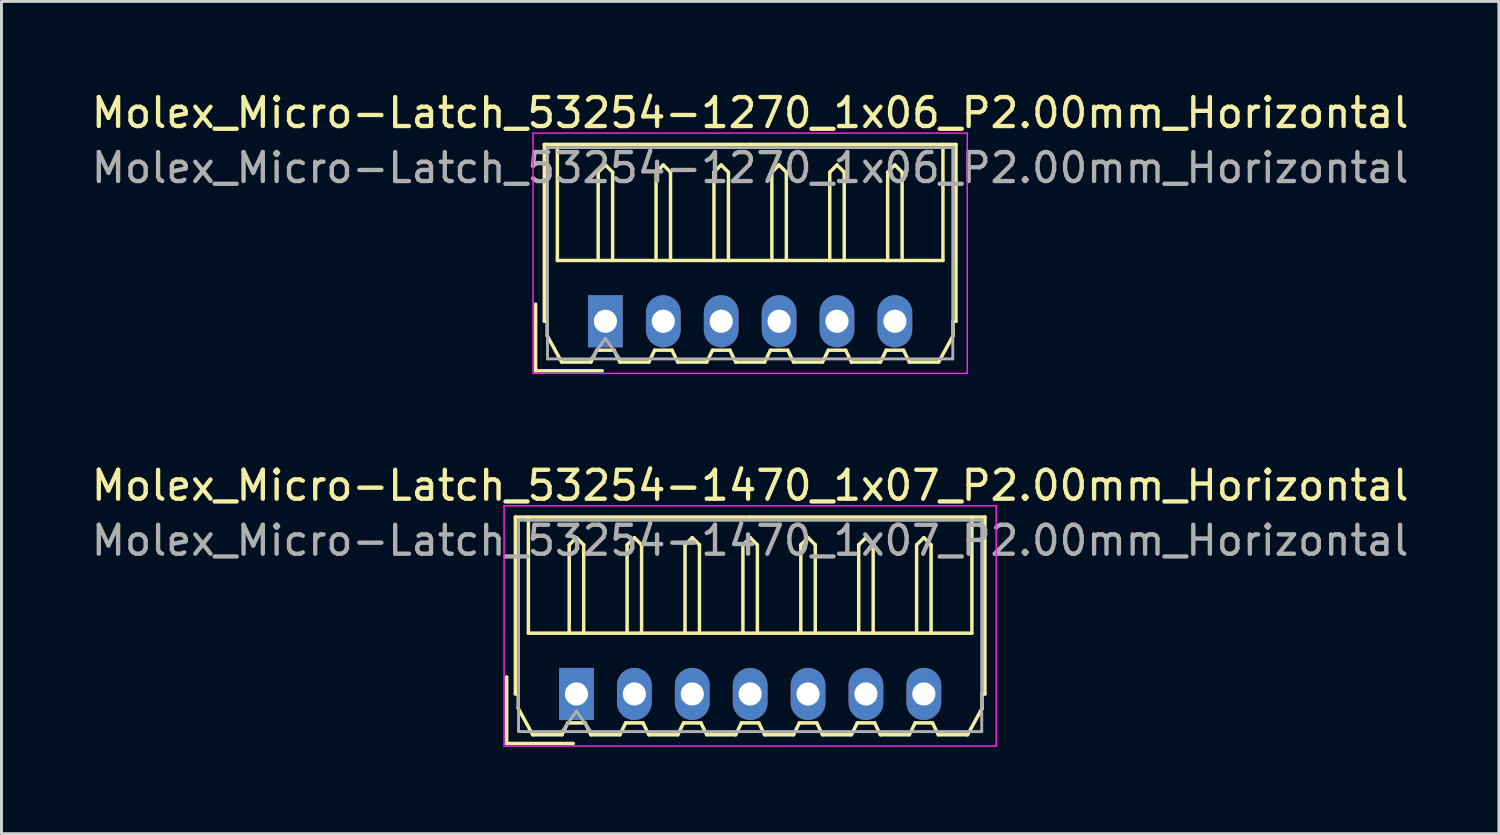
<source format=kicad_pcb>
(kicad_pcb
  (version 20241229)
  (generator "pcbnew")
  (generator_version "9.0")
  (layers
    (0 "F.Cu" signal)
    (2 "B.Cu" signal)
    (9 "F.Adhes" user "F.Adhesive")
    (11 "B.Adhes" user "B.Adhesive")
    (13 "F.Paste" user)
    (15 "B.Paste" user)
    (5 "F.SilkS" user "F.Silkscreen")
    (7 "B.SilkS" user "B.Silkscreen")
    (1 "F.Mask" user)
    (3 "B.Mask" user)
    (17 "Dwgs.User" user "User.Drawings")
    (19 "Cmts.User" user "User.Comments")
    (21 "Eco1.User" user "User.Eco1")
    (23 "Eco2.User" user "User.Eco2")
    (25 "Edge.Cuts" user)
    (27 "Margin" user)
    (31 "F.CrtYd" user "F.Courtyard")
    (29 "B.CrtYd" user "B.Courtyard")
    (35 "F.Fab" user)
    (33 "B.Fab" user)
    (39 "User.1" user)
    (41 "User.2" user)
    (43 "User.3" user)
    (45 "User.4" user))
  (footprint "Molex_Micro-Latch_53254-1270_1x06_P2.00mm_Horizontal"
    (layer "F.Cu")
    (at 17.863 8.048)
    (property "Reference" "Molex_Micro-Latch_53254-1270_1x06_P2.00mm_Horizontal" (at 5 -7.2 0) (layer "F.SilkS") (effects (font (size 1 1) (thickness 0.15))))
    (attr through_hole)
    (fp_line (start -2.41 1.71) (end -2.41 -0.59) (stroke (width 0.12) (type solid)) (layer "F.SilkS"))
    (fp_line (start -2.11 -6.11) (end 5 -6.11) (stroke (width 0.12) (type solid)) (layer "F.SilkS"))
    (fp_line (start -2.11 0) (end -2.11 -6.11) (stroke (width 0.12) (type solid)) (layer "F.SilkS"))
    (fp_line (start -2.01 0) (end -2.11 0) (stroke (width 0.12) (type solid)) (layer "F.SilkS"))
    (fp_line (start -2.01 0.5) (end -2.01 0) (stroke (width 0.12) (type solid)) (layer "F.SilkS"))
    (fp_line (start -1.66 -6.11) (end -1.66 -2.1) (stroke (width 0.12) (type solid)) (layer "F.SilkS"))
    (fp_line (start -1.66 -2.1) (end 11.66 -2.1) (stroke (width 0.12) (type solid)) (layer "F.SilkS"))
    (fp_line (start -1.51 1.41) (end -2.01 0.5) (stroke (width 0.12) (type solid)) (layer "F.SilkS"))
    (fp_line (start -0.5 1.41) (end -1.51 1.41) (stroke (width 0.12) (type solid)) (layer "F.SilkS"))
    (fp_line (start -0.3 1) (end -0.5 1.41) (stroke (width 0.12) (type solid)) (layer "F.SilkS"))
    (fp_line (start -0.3 1) (end 0.3 1) (stroke (width 0.12) (type solid)) (layer "F.SilkS"))
    (fp_line (start -0.25 -5.15) (end 0 -5.4) (stroke (width 0.12) (type solid)) (layer "F.SilkS"))
    (fp_line (start -0.25 -2.1) (end -0.25 -5.15) (stroke (width 0.12) (type solid)) (layer "F.SilkS"))
    (fp_line (start -0.11 1.71) (end -2.41 1.71) (stroke (width 0.12) (type solid)) (layer "F.SilkS"))
    (fp_line (start 0 -5.4) (end 0.25 -5.15) (stroke (width 0.12) (type solid)) (layer "F.SilkS"))
    (fp_line (start 0.25 -5.15) (end 0.25 -2.1) (stroke (width 0.12) (type solid)) (layer "F.SilkS"))
    (fp_line (start 0.3 1) (end 0.5 1.41) (stroke (width 0.12) (type solid)) (layer "F.SilkS"))
    (fp_line (start 0.5 1.41) (end 1.5 1.41) (stroke (width 0.12) (type solid)) (layer "F.SilkS"))
    (fp_line (start 1.5 1.41) (end 1.7 1) (stroke (width 0.12) (type solid)) (layer "F.SilkS"))
    (fp_line (start 1.7 1) (end 2.3 1) (stroke (width 0.12) (type solid)) (layer "F.SilkS"))
    (fp_line (start 1.75 -5.15) (end 2 -5.4) (stroke (width 0.12) (type solid)) (layer "F.SilkS"))
    (fp_line (start 1.75 -2.1) (end 1.75 -5.15) (stroke (width 0.12) (type solid)) (layer "F.SilkS"))
    (fp_line (start 2 -5.4) (end 2.25 -5.15) (stroke (width 0.12) (type solid)) (layer "F.SilkS"))
    (fp_line (start 2.25 -5.15) (end 2.25 -2.1) (stroke (width 0.12) (type solid)) (layer "F.SilkS"))
    (fp_line (start 2.3 1) (end 2.5 1.41) (stroke (width 0.12) (type solid)) (layer "F.SilkS"))
    (fp_line (start 2.5 1.41) (end 3.5 1.41) (stroke (width 0.12) (type solid)) (layer "F.SilkS"))
    (fp_line (start 3.5 1.41) (end 3.7 1) (stroke (width 0.12) (type solid)) (layer "F.SilkS"))
    (fp_line (start 3.7 1) (end 4.3 1) (stroke (width 0.12) (type solid)) (layer "F.SilkS"))
    (fp_line (start 3.75 -5.15) (end 4 -5.4) (stroke (width 0.12) (type solid)) (layer "F.SilkS"))
    (fp_line (start 3.75 -2.1) (end 3.75 -5.15) (stroke (width 0.12) (type solid)) (layer "F.SilkS"))
    (fp_line (start 4 -5.4) (end 4.25 -5.15) (stroke (width 0.12) (type solid)) (layer "F.SilkS"))
    (fp_line (start 4.25 -5.15) (end 4.25 -2.1) (stroke (width 0.12) (type solid)) (layer "F.SilkS"))
    (fp_line (start 4.3 1) (end 4.5 1.41) (stroke (width 0.12) (type solid)) (layer "F.SilkS"))
    (fp_line (start 4.5 1.41) (end 5.5 1.41) (stroke (width 0.12) (type solid)) (layer "F.SilkS"))
    (fp_line (start 5.5 1.41) (end 5.7 1) (stroke (width 0.12) (type solid)) (layer "F.SilkS"))
    (fp_line (start 5.7 1) (end 6.3 1) (stroke (width 0.12) (type solid)) (layer "F.SilkS"))
    (fp_line (start 5.75 -5.15) (end 6 -5.4) (stroke (width 0.12) (type solid)) (layer "F.SilkS"))
    (fp_line (start 5.75 -2.1) (end 5.75 -5.15) (stroke (width 0.12) (type solid)) (layer "F.SilkS"))
    (fp_line (start 6 -5.4) (end 6.25 -5.15) (stroke (width 0.12) (type solid)) (layer "F.SilkS"))
    (fp_line (start 6.25 -5.15) (end 6.25 -2.1) (stroke (width 0.12) (type solid)) (layer "F.SilkS"))
    (fp_line (start 6.3 1) (end 6.5 1.41) (stroke (width 0.12) (type solid)) (layer "F.SilkS"))
    (fp_line (start 6.5 1.41) (end 7.5 1.41) (stroke (width 0.12) (type solid)) (layer "F.SilkS"))
    (fp_line (start 7.5 1.41) (end 7.7 1) (stroke (width 0.12) (type solid)) (layer "F.SilkS"))
    (fp_line (start 7.7 1) (end 8.3 1) (stroke (width 0.12) (type solid)) (layer "F.SilkS"))
    (fp_line (start 7.75 -5.15) (end 8 -5.4) (stroke (width 0.12) (type solid)) (layer "F.SilkS"))
    (fp_line (start 7.75 -2.1) (end 7.75 -5.15) (stroke (width 0.12) (type solid)) (layer "F.SilkS"))
    (fp_line (start 8 -5.4) (end 8.25 -5.15) (stroke (width 0.12) (type solid)) (layer "F.SilkS"))
    (fp_line (start 8.25 -5.15) (end 8.25 -2.1) (stroke (width 0.12) (type solid)) (layer "F.SilkS"))
    (fp_line (start 8.3 1) (end 8.5 1.41) (stroke (width 0.12) (type solid)) (layer "F.SilkS"))
    (fp_line (start 8.5 1.41) (end 9.5 1.41) (stroke (width 0.12) (type solid)) (layer "F.SilkS"))
    (fp_line (start 9.5 1.41) (end 9.7 1) (stroke (width 0.12) (type solid)) (layer "F.SilkS"))
    (fp_line (start 9.7 1) (end 10.3 1) (stroke (width 0.12) (type solid)) (layer "F.SilkS"))
    (fp_line (start 9.75 -5.15) (end 10 -5.4) (stroke (width 0.12) (type solid)) (layer "F.SilkS"))
    (fp_line (start 9.75 -2.1) (end 9.75 -5.15) (stroke (width 0.12) (type solid)) (layer "F.SilkS"))
    (fp_line (start 10 -5.4) (end 10.25 -5.15) (stroke (width 0.12) (type solid)) (layer "F.SilkS"))
    (fp_line (start 10.25 -5.15) (end 10.25 -2.1) (stroke (width 0.12) (type solid)) (layer "F.SilkS"))
    (fp_line (start 10.3 1) (end 10.5 1.41) (stroke (width 0.12) (type solid)) (layer "F.SilkS"))
    (fp_line (start 10.5 1.41) (end 11.51 1.41) (stroke (width 0.12) (type solid)) (layer "F.SilkS"))
    (fp_line (start 11.51 1.41) (end 12.01 0.5) (stroke (width 0.12) (type solid)) (layer "F.SilkS"))
    (fp_line (start 11.66 -2.1) (end 11.66 -6.11) (stroke (width 0.12) (type solid)) (layer "F.SilkS"))
    (fp_line (start 12.01 0) (end 12.11 0) (stroke (width 0.12) (type solid)) (layer "F.SilkS"))
    (fp_line (start 12.01 0.5) (end 12.01 0) (stroke (width 0.12) (type solid)) (layer "F.SilkS"))
    (fp_line (start 12.11 -6.11) (end 5 -6.11) (stroke (width 0.12) (type solid)) (layer "F.SilkS"))
    (fp_line (start 12.11 0) (end 12.11 -6.11) (stroke (width 0.12) (type solid)) (layer "F.SilkS"))
    (fp_line (start -2.5 -6.5) (end -2.5 1.8) (stroke (width 0.05) (type solid)) (layer "F.CrtYd"))
    (fp_line (start -2.5 1.8) (end 12.5 1.8) (stroke (width 0.05) (type solid)) (layer "F.CrtYd"))
    (fp_line (start 12.5 -6.5) (end -2.5 -6.5) (stroke (width 0.05) (type solid)) (layer "F.CrtYd"))
    (fp_line (start 12.5 1.8) (end 12.5 -6.5) (stroke (width 0.05) (type solid)) (layer "F.CrtYd"))
    (fp_line (start -2 -6) (end -2 1.3) (stroke (width 0.1) (type solid)) (layer "F.Fab"))
    (fp_line (start -2 1.3) (end 12 1.3) (stroke (width 0.1) (type solid)) (layer "F.Fab"))
    (fp_line (start -0.5 1.3) (end 0 0.593) (stroke (width 0.1) (type solid)) (layer "F.Fab"))
    (fp_line (start 0 0.593) (end 0.5 1.3) (stroke (width 0.1) (type solid)) (layer "F.Fab"))
    (fp_line (start 12 -6) (end -2 -6) (stroke (width 0.1) (type solid)) (layer "F.Fab"))
    (fp_line (start 12 1.3) (end 12 -6) (stroke (width 0.1) (type solid)) (layer "F.Fab"))
    (fp_text user "${REFERENCE}" (at 5 -5.3 0) (layer "F.Fab") (effects (font (size 1 1) (thickness 0.15))))
    (pad "1" thru_hole rect (at 0 0) (size 1.2 1.8) (drill 0.8) (layers "*.Cu" "*.Mask"))
    (pad "2" thru_hole oval (at 2 0) (size 1.2 1.8) (drill 0.8) (layers "*.Cu" "*.Mask"))
    (pad "3" thru_hole oval (at 4 0) (size 1.2 1.8) (drill 0.8) (layers "*.Cu" "*.Mask"))
    (pad "4" thru_hole oval (at 6 0) (size 1.2 1.8) (drill 0.8) (layers "*.Cu" "*.Mask"))
    (pad "5" thru_hole oval (at 8 0) (size 1.2 1.8) (drill 0.8) (layers "*.Cu" "*.Mask"))
    (pad "6" thru_hole oval (at 10 0) (size 1.2 1.8) (drill 0.8) (layers "*.Cu" "*.Mask")))
  (footprint "Molex_Micro-Latch_53254-1470_1x07_P2.00mm_Horizontal"
    (layer "F.Cu")
    (at 16.863 20.922)
    (property "Reference" "Molex_Micro-Latch_53254-1470_1x07_P2.00mm_Horizontal" (at 6 -7.2 0) (layer "F.SilkS") (effects (font (size 1 1) (thickness 0.15))))
    (attr through_hole)
    (fp_line (start -2.41 1.71) (end -2.41 -0.59) (stroke (width 0.12) (type solid)) (layer "F.SilkS"))
    (fp_line (start -2.11 -6.11) (end 6 -6.11) (stroke (width 0.12) (type solid)) (layer "F.SilkS"))
    (fp_line (start -2.11 0) (end -2.11 -6.11) (stroke (width 0.12) (type solid)) (layer "F.SilkS"))
    (fp_line (start -2.01 0) (end -2.11 0) (stroke (width 0.12) (type solid)) (layer "F.SilkS"))
    (fp_line (start -2.01 0.5) (end -2.01 0) (stroke (width 0.12) (type solid)) (layer "F.SilkS"))
    (fp_line (start -1.66 -6.11) (end -1.66 -2.1) (stroke (width 0.12) (type solid)) (layer "F.SilkS"))
    (fp_line (start -1.66 -2.1) (end 13.66 -2.1) (stroke (width 0.12) (type solid)) (layer "F.SilkS"))
    (fp_line (start -1.51 1.41) (end -2.01 0.5) (stroke (width 0.12) (type solid)) (layer "F.SilkS"))
    (fp_line (start -0.5 1.41) (end -1.51 1.41) (stroke (width 0.12) (type solid)) (layer "F.SilkS"))
    (fp_line (start -0.3 1) (end -0.5 1.41) (stroke (width 0.12) (type solid)) (layer "F.SilkS"))
    (fp_line (start -0.3 1) (end 0.3 1) (stroke (width 0.12) (type solid)) (layer "F.SilkS"))
    (fp_line (start -0.25 -5.15) (end 0 -5.4) (stroke (width 0.12) (type solid)) (layer "F.SilkS"))
    (fp_line (start -0.25 -2.1) (end -0.25 -5.15) (stroke (width 0.12) (type solid)) (layer "F.SilkS"))
    (fp_line (start -0.11 1.71) (end -2.41 1.71) (stroke (width 0.12) (type solid)) (layer "F.SilkS"))
    (fp_line (start 0 -5.4) (end 0.25 -5.15) (stroke (width 0.12) (type solid)) (layer "F.SilkS"))
    (fp_line (start 0.25 -5.15) (end 0.25 -2.1) (stroke (width 0.12) (type solid)) (layer "F.SilkS"))
    (fp_line (start 0.3 1) (end 0.5 1.41) (stroke (width 0.12) (type solid)) (layer "F.SilkS"))
    (fp_line (start 0.5 1.41) (end 1.5 1.41) (stroke (width 0.12) (type solid)) (layer "F.SilkS"))
    (fp_line (start 1.5 1.41) (end 1.7 1) (stroke (width 0.12) (type solid)) (layer "F.SilkS"))
    (fp_line (start 1.7 1) (end 2.3 1) (stroke (width 0.12) (type solid)) (layer "F.SilkS"))
    (fp_line (start 1.75 -5.15) (end 2 -5.4) (stroke (width 0.12) (type solid)) (layer "F.SilkS"))
    (fp_line (start 1.75 -2.1) (end 1.75 -5.15) (stroke (width 0.12) (type solid)) (layer "F.SilkS"))
    (fp_line (start 2 -5.4) (end 2.25 -5.15) (stroke (width 0.12) (type solid)) (layer "F.SilkS"))
    (fp_line (start 2.25 -5.15) (end 2.25 -2.1) (stroke (width 0.12) (type solid)) (layer "F.SilkS"))
    (fp_line (start 2.3 1) (end 2.5 1.41) (stroke (width 0.12) (type solid)) (layer "F.SilkS"))
    (fp_line (start 2.5 1.41) (end 3.5 1.41) (stroke (width 0.12) (type solid)) (layer "F.SilkS"))
    (fp_line (start 3.5 1.41) (end 3.7 1) (stroke (width 0.12) (type solid)) (layer "F.SilkS"))
    (fp_line (start 3.7 1) (end 4.3 1) (stroke (width 0.12) (type solid)) (layer "F.SilkS"))
    (fp_line (start 3.75 -5.15) (end 4 -5.4) (stroke (width 0.12) (type solid)) (layer "F.SilkS"))
    (fp_line (start 3.75 -2.1) (end 3.75 -5.15) (stroke (width 0.12) (type solid)) (layer "F.SilkS"))
    (fp_line (start 4 -5.4) (end 4.25 -5.15) (stroke (width 0.12) (type solid)) (layer "F.SilkS"))
    (fp_line (start 4.25 -5.15) (end 4.25 -2.1) (stroke (width 0.12) (type solid)) (layer "F.SilkS"))
    (fp_line (start 4.3 1) (end 4.5 1.41) (stroke (width 0.12) (type solid)) (layer "F.SilkS"))
    (fp_line (start 4.5 1.41) (end 5.5 1.41) (stroke (width 0.12) (type solid)) (layer "F.SilkS"))
    (fp_line (start 5.5 1.41) (end 5.7 1) (stroke (width 0.12) (type solid)) (layer "F.SilkS"))
    (fp_line (start 5.7 1) (end 6.3 1) (stroke (width 0.12) (type solid)) (layer "F.SilkS"))
    (fp_line (start 5.75 -5.15) (end 6 -5.4) (stroke (width 0.12) (type solid)) (layer "F.SilkS"))
    (fp_line (start 5.75 -2.1) (end 5.75 -5.15) (stroke (width 0.12) (type solid)) (layer "F.SilkS"))
    (fp_line (start 6 -5.4) (end 6.25 -5.15) (stroke (width 0.12) (type solid)) (layer "F.SilkS"))
    (fp_line (start 6.25 -5.15) (end 6.25 -2.1) (stroke (width 0.12) (type solid)) (layer "F.SilkS"))
    (fp_line (start 6.3 1) (end 6.5 1.41) (stroke (width 0.12) (type solid)) (layer "F.SilkS"))
    (fp_line (start 6.5 1.41) (end 7.5 1.41) (stroke (width 0.12) (type solid)) (layer "F.SilkS"))
    (fp_line (start 7.5 1.41) (end 7.7 1) (stroke (width 0.12) (type solid)) (layer "F.SilkS"))
    (fp_line (start 7.7 1) (end 8.3 1) (stroke (width 0.12) (type solid)) (layer "F.SilkS"))
    (fp_line (start 7.75 -5.15) (end 8 -5.4) (stroke (width 0.12) (type solid)) (layer "F.SilkS"))
    (fp_line (start 7.75 -2.1) (end 7.75 -5.15) (stroke (width 0.12) (type solid)) (layer "F.SilkS"))
    (fp_line (start 8 -5.4) (end 8.25 -5.15) (stroke (width 0.12) (type solid)) (layer "F.SilkS"))
    (fp_line (start 8.25 -5.15) (end 8.25 -2.1) (stroke (width 0.12) (type solid)) (layer "F.SilkS"))
    (fp_line (start 8.3 1) (end 8.5 1.41) (stroke (width 0.12) (type solid)) (layer "F.SilkS"))
    (fp_line (start 8.5 1.41) (end 9.5 1.41) (stroke (width 0.12) (type solid)) (layer "F.SilkS"))
    (fp_line (start 9.5 1.41) (end 9.7 1) (stroke (width 0.12) (type solid)) (layer "F.SilkS"))
    (fp_line (start 9.7 1) (end 10.3 1) (stroke (width 0.12) (type solid)) (layer "F.SilkS"))
    (fp_line (start 9.75 -5.15) (end 10 -5.4) (stroke (width 0.12) (type solid)) (layer "F.SilkS"))
    (fp_line (start 9.75 -2.1) (end 9.75 -5.15) (stroke (width 0.12) (type solid)) (layer "F.SilkS"))
    (fp_line (start 10 -5.4) (end 10.25 -5.15) (stroke (width 0.12) (type solid)) (layer "F.SilkS"))
    (fp_line (start 10.25 -5.15) (end 10.25 -2.1) (stroke (width 0.12) (type solid)) (layer "F.SilkS"))
    (fp_line (start 10.3 1) (end 10.5 1.41) (stroke (width 0.12) (type solid)) (layer "F.SilkS"))
    (fp_line (start 10.5 1.41) (end 11.5 1.41) (stroke (width 0.12) (type solid)) (layer "F.SilkS"))
    (fp_line (start 11.5 1.41) (end 11.7 1) (stroke (width 0.12) (type solid)) (layer "F.SilkS"))
    (fp_line (start 11.7 1) (end 12.3 1) (stroke (width 0.12) (type solid)) (layer "F.SilkS"))
    (fp_line (start 11.75 -5.15) (end 12 -5.4) (stroke (width 0.12) (type solid)) (layer "F.SilkS"))
    (fp_line (start 11.75 -2.1) (end 11.75 -5.15) (stroke (width 0.12) (type solid)) (layer "F.SilkS"))
    (fp_line (start 12 -5.4) (end 12.25 -5.15) (stroke (width 0.12) (type solid)) (layer "F.SilkS"))
    (fp_line (start 12.25 -5.15) (end 12.25 -2.1) (stroke (width 0.12) (type solid)) (layer "F.SilkS"))
    (fp_line (start 12.3 1) (end 12.5 1.41) (stroke (width 0.12) (type solid)) (layer "F.SilkS"))
    (fp_line (start 12.5 1.41) (end 13.51 1.41) (stroke (width 0.12) (type solid)) (layer "F.SilkS"))
    (fp_line (start 13.51 1.41) (end 14.01 0.5) (stroke (width 0.12) (type solid)) (layer "F.SilkS"))
    (fp_line (start 13.66 -2.1) (end 13.66 -6.11) (stroke (width 0.12) (type solid)) (layer "F.SilkS"))
    (fp_line (start 14.01 0) (end 14.11 0) (stroke (width 0.12) (type solid)) (layer "F.SilkS"))
    (fp_line (start 14.01 0.5) (end 14.01 0) (stroke (width 0.12) (type solid)) (layer "F.SilkS"))
    (fp_line (start 14.11 -6.11) (end 6 -6.11) (stroke (width 0.12) (type solid)) (layer "F.SilkS"))
    (fp_line (start 14.11 0) (end 14.11 -6.11) (stroke (width 0.12) (type solid)) (layer "F.SilkS"))
    (fp_line (start -2.5 -6.5) (end -2.5 1.8) (stroke (width 0.05) (type solid)) (layer "F.CrtYd"))
    (fp_line (start -2.5 1.8) (end 14.5 1.8) (stroke (width 0.05) (type solid)) (layer "F.CrtYd"))
    (fp_line (start 14.5 -6.5) (end -2.5 -6.5) (stroke (width 0.05) (type solid)) (layer "F.CrtYd"))
    (fp_line (start 14.5 1.8) (end 14.5 -6.5) (stroke (width 0.05) (type solid)) (layer "F.CrtYd"))
    (fp_line (start -2 -6) (end -2 1.3) (stroke (width 0.1) (type solid)) (layer "F.Fab"))
    (fp_line (start -2 1.3) (end 14 1.3) (stroke (width 0.1) (type solid)) (layer "F.Fab"))
    (fp_line (start -0.5 1.3) (end 0 0.593) (stroke (width 0.1) (type solid)) (layer "F.Fab"))
    (fp_line (start 0 0.593) (end 0.5 1.3) (stroke (width 0.1) (type solid)) (layer "F.Fab"))
    (fp_line (start 14 -6) (end -2 -6) (stroke (width 0.1) (type solid)) (layer "F.Fab"))
    (fp_line (start 14 1.3) (end 14 -6) (stroke (width 0.1) (type solid)) (layer "F.Fab"))
    (fp_text user "${REFERENCE}" (at 6 -5.3 0) (layer "F.Fab") (effects (font (size 1 1) (thickness 0.15))))
    (pad "1" thru_hole rect (at 0 0) (size 1.2 1.8) (drill 0.8) (layers "*.Cu" "*.Mask"))
    (pad "2" thru_hole oval (at 2 0) (size 1.2 1.8) (drill 0.8) (layers "*.Cu" "*.Mask"))
    (pad "3" thru_hole oval (at 4 0) (size 1.2 1.8) (drill 0.8) (layers "*.Cu" "*.Mask"))
    (pad "4" thru_hole oval (at 6 0) (size 1.2 1.8) (drill 0.8) (layers "*.Cu" "*.Mask"))
    (pad "5" thru_hole oval (at 8 0) (size 1.2 1.8) (drill 0.8) (layers "*.Cu" "*.Mask"))
    (pad "6" thru_hole oval (at 10 0) (size 1.2 1.8) (drill 0.8) (layers "*.Cu" "*.Mask"))
    (pad "7" thru_hole oval (at 12 0) (size 1.2 1.8) (drill 0.8) (layers "*.Cu" "*.Mask")))
  (gr_rect
    (start -3 -3)
    (end 48.726 25.747)
    (stroke (width 0.1) (type default))
    (fill no)
    (layer "Edge.Cuts")))
</source>
